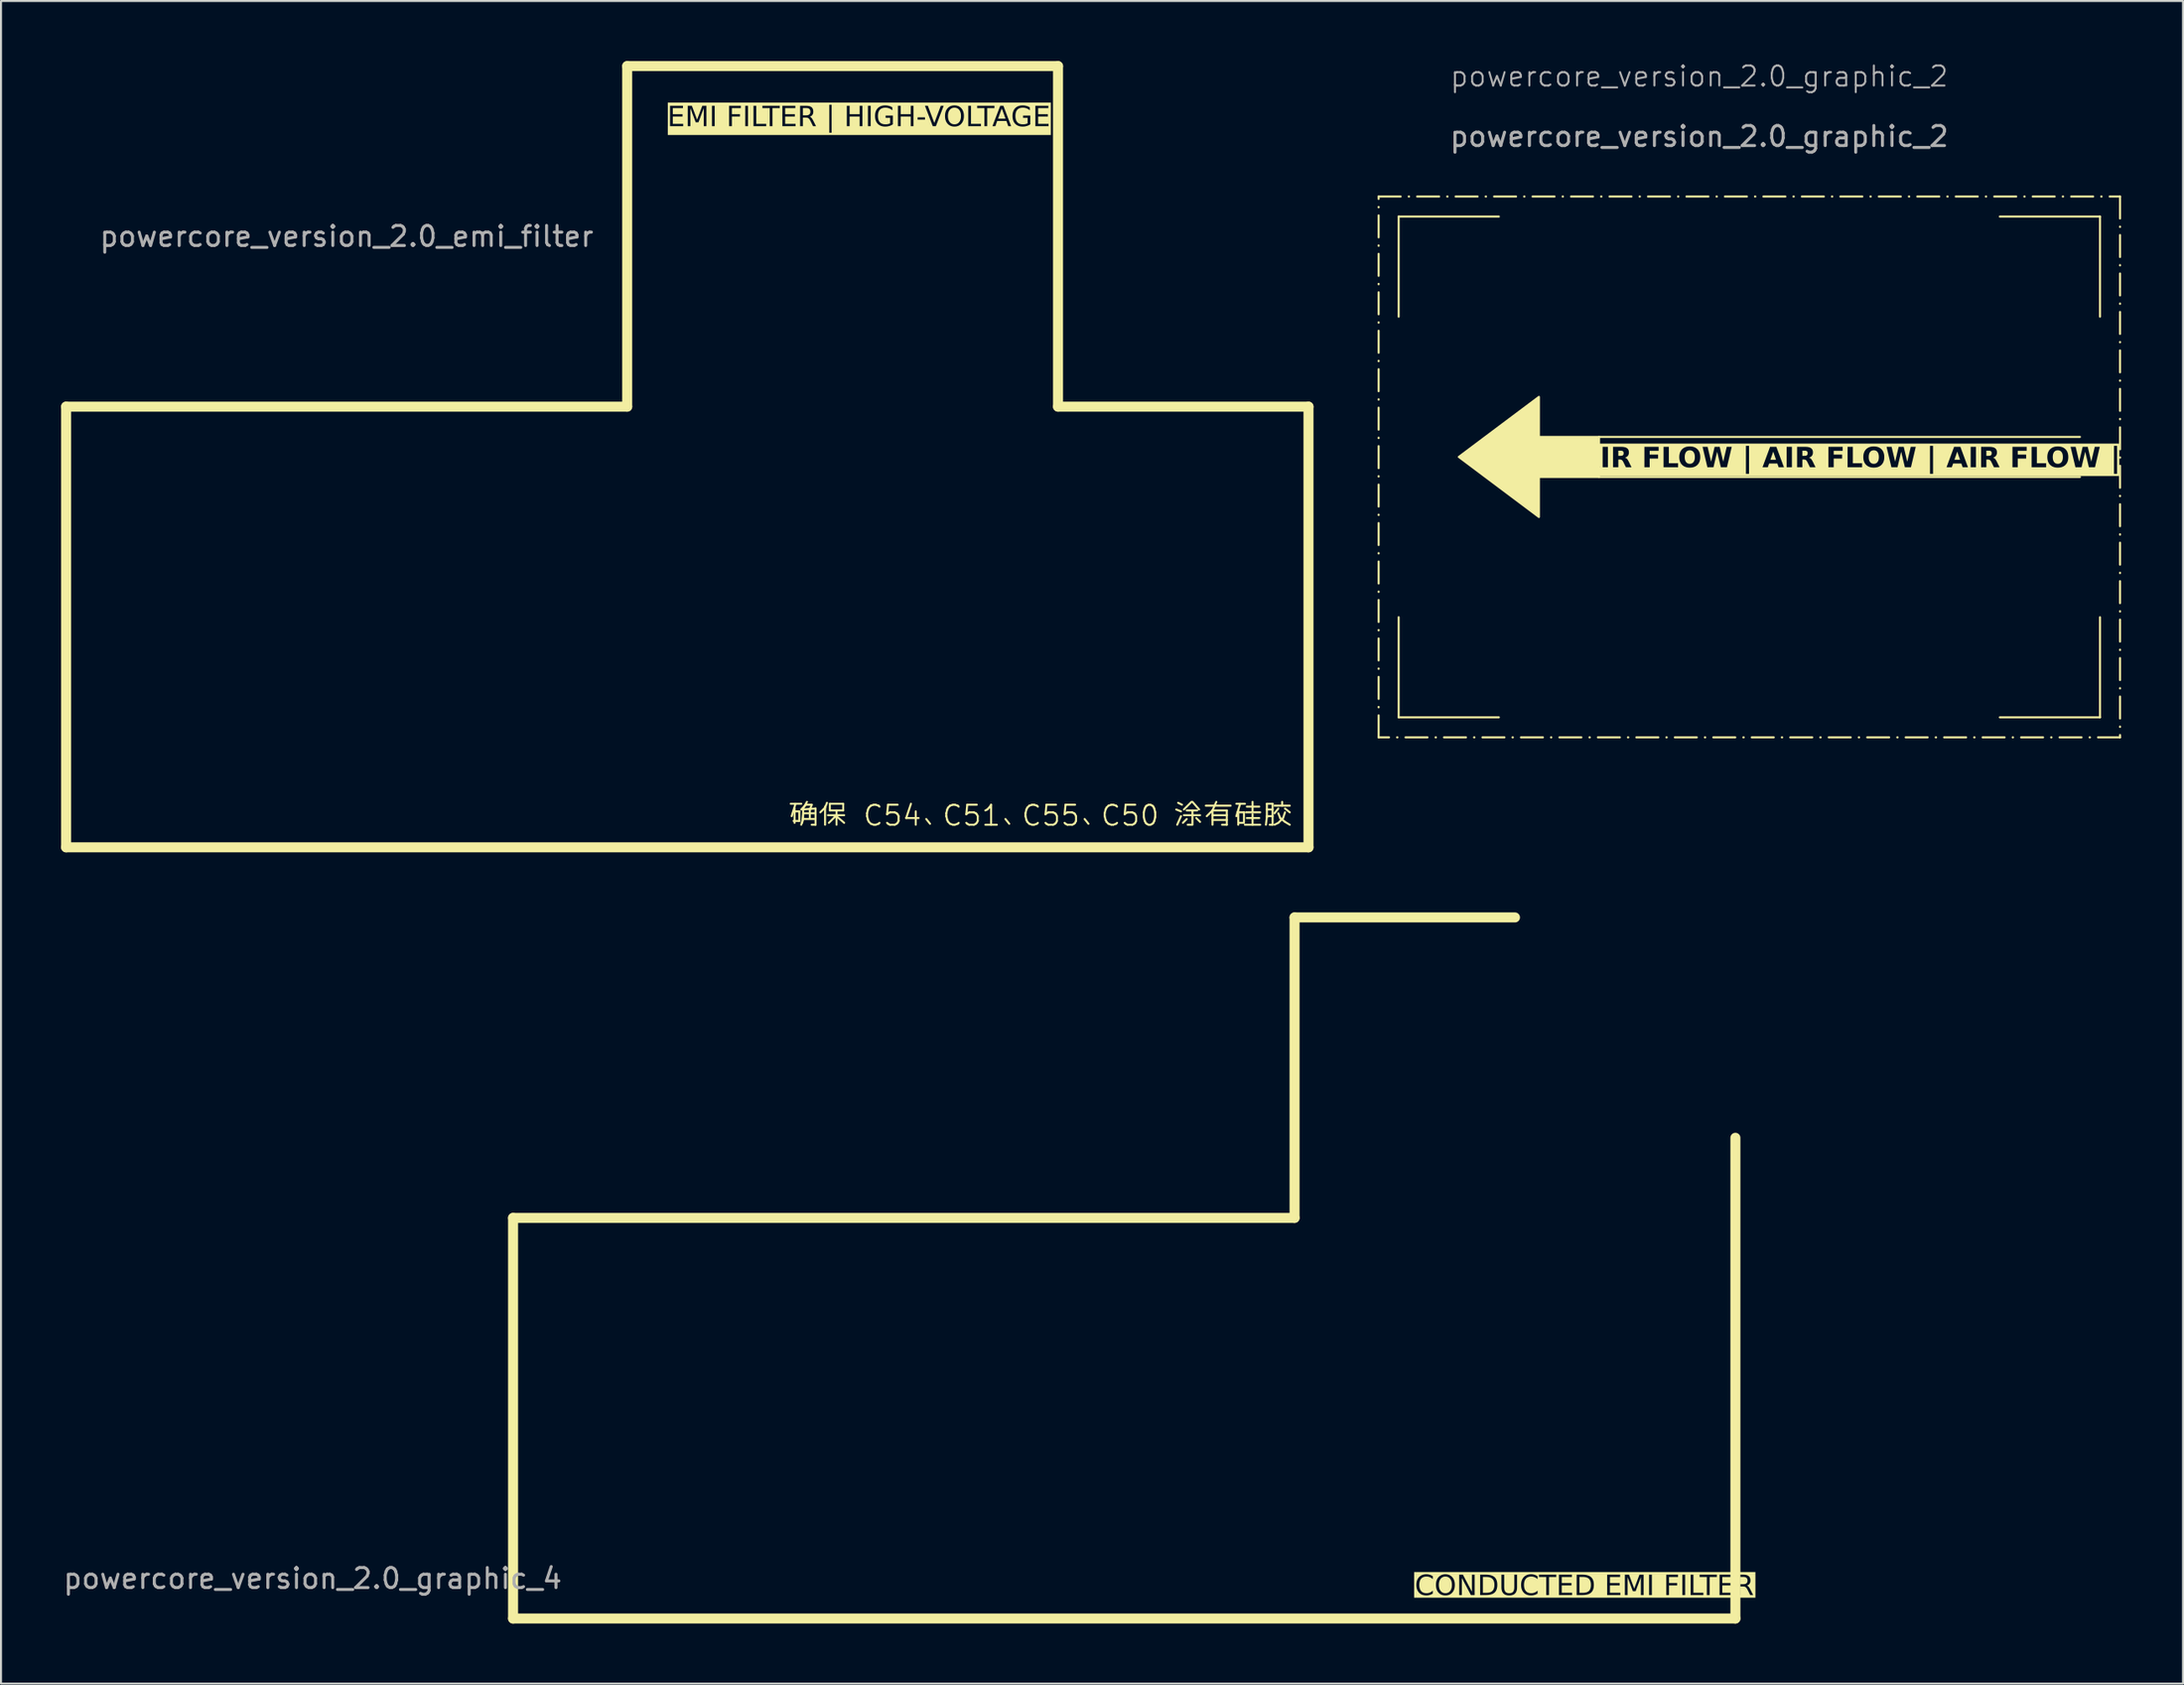
<source format=kicad_pcb>
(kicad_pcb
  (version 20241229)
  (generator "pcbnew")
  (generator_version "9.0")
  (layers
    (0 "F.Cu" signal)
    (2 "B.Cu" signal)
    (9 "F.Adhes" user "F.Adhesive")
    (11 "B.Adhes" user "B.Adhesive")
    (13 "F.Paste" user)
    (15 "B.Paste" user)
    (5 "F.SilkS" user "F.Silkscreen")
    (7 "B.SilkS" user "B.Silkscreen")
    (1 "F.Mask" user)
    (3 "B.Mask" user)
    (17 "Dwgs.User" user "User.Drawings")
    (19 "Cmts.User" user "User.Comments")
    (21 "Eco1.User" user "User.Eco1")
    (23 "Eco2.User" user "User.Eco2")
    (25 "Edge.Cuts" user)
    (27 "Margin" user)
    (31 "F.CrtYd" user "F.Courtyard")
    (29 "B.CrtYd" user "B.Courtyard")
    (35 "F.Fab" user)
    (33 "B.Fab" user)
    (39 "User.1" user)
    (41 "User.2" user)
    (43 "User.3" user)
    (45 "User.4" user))
  (footprint "powercore_version_2.0_graphic_4"
    (layer "F.Cu")
    (at 22.554 77.75)
    (property "Reference" "powercore_version_2.0_graphic_4" (at -10 -6 0) (unlocked yes) (layer "User.1") (effects (font (size 1 1) (thickness 0.1))))
    (attr smd)
    (fp_line (start 0 -20) (end 0 0) (stroke (width 0.5) (type default)) (layer "F.SilkS"))
    (fp_line (start 0 0) (end 61 0) (stroke (width 0.5) (type default)) (layer "F.SilkS"))
    (fp_line (start 39 -35) (end 39 -20) (stroke (width 0.5) (type default)) (layer "F.SilkS"))
    (fp_line (start 39 -20) (end 0 -20) (stroke (width 0.5) (type default)) (layer "F.SilkS"))
    (fp_line (start 50 -35) (end 39 -35) (stroke (width 0.5) (type default)) (layer "F.SilkS"))
    (fp_line (start 61 0) (end 61 -24) (stroke (width 0.5) (type default)) (layer "F.SilkS"))
    (fp_text user "CONDUCTED EMI FILTER" (at 45 -1 0) (unlocked yes) (layer "F.SilkS" knockout) (effects (font (face "Bahnschrift") (size 1 1) (thickness 0.1)) (justify left bottom)))
    (fp_text user "${REFERENCE}" (at -10 -2 0) (unlocked yes) (layer "F.Fab") (effects (font (size 1 1) (thickness 0.15)))))
  (footprint "powercore_version_2.0_graphic_2"
    (layer "F.Cu")
    (at 65.75 6.761)
    (property "Reference" "powercore_version_2.0_graphic_2" (at 16 -6 0) (unlocked yes) (layer "F.Fab") (effects (font (size 1 1) (thickness 0.1))))
    (attr smd)
    (fp_line (start 1 1) (end 1 6) (stroke (width 0.1) (type default)) (layer "F.SilkS"))
    (fp_line (start 1 1) (end 6 1) (stroke (width 0.1) (type default)) (layer "F.SilkS"))
    (fp_line (start 1 26) (end 1 21) (stroke (width 0.1) (type default)) (layer "F.SilkS"))
    (fp_line (start 1 26) (end 6 26) (stroke (width 0.1) (type default)) (layer "F.SilkS"))
    (fp_line (start 11 12) (end 35 12) (stroke (width 0.1) (type default)) (layer "F.SilkS"))
    (fp_line (start 35 14) (end 11 14) (stroke (width 0.1) (type default)) (layer "F.SilkS"))
    (fp_line (start 36 1) (end 31 1) (stroke (width 0.1) (type default)) (layer "F.SilkS"))
    (fp_line (start 36 1) (end 36 6) (stroke (width 0.1) (type default)) (layer "F.SilkS"))
    (fp_line (start 36 26) (end 31 26) (stroke (width 0.1) (type default)) (layer "F.SilkS"))
    (fp_line (start 36 26) (end 36 21) (stroke (width 0.1) (type default)) (layer "F.SilkS"))
    (fp_rect (start 0 0) (end 37 27) (stroke (width 0.1) (type dash_dot)) (fill no) (layer "F.SilkS"))
    (fp_poly (pts (xy 11 12) (xy 8 12) (xy 8 10) (xy 4 13) (xy 8 16) (xy 8 14) (xy 11 14)) (stroke (width 0.1) (type solid)) (fill yes) (layer "F.SilkS"))
    (fp_text user "| AIR FLOW | AIR FLOW | AIR FLOW |" (at 23 13.1 0) (unlocked yes) (layer "F.SilkS" knockout) (effects (font (face "Bahnschrift") (size 1 1) (thickness 0.2) (bold yes))))
    (fp_text user "${REFERENCE}" (at 16 -3 0) (unlocked yes) (layer "F.Fab") (effects (font (size 1 1) (thickness 0.15)))))
  (footprint "powercore_version_2.0_emi_filter"
    (layer "F.Cu")
    (at 62.25 17.25)
    (property "Reference" "powercore_version_2.0_emi_filter" (at -48 -11.5 0) (unlocked yes) (layer "User.1") (effects (font (size 1 1) (thickness 0.1))))
    (attr smd)
    (fp_line (start -62 0) (end -62 22) (stroke (width 0.5) (type default)) (layer "F.SilkS"))
    (fp_line (start -34 -17) (end -34 0) (stroke (width 0.5) (type default)) (layer "F.SilkS"))
    (fp_line (start -34 0) (end -62 0) (stroke (width 0.5) (type default)) (layer "F.SilkS"))
    (fp_line (start -12.5 -17) (end -34 -17) (stroke (width 0.5) (type default)) (layer "F.SilkS"))
    (fp_line (start -12.5 -17) (end -12.5 0) (stroke (width 0.5) (type default)) (layer "F.SilkS"))
    (fp_line (start 0 0) (end -12.5 0) (stroke (width 0.5) (type default)) (layer "F.SilkS"))
    (fp_line (start 0 0) (end 0 22) (stroke (width 0.5) (type default)) (layer "F.SilkS"))
    (fp_line (start 0 22) (end -62 22) (stroke (width 0.5) (type default)) (layer "F.SilkS"))
    (fp_text user "确保 C54、C51、C55、C50 涂有硅胶" (at -26 21 0) (unlocked yes) (layer "F.SilkS") (effects (font (size 1 1) (thickness 0.1)) (justify left bottom)))
    (fp_text user "EMI FILTER | HIGH-VOLTAGE" (at -32 -15 0) (unlocked yes) (layer "F.SilkS" knockout) (effects (font (face "Bahnschrift") (size 1 1) (thickness 0.1)) (justify left top)))
    (fp_text user "${REFERENCE}" (at -48 -8.5 0) (unlocked yes) (layer "F.Fab") (effects (font (size 1 1) (thickness 0.15)))))
  (gr_rect
    (start -3 -3)
    (end 105.892 81)
    (stroke (width 0.1) (type default))
    (fill no)
    (layer "Edge.Cuts")))
</source>
